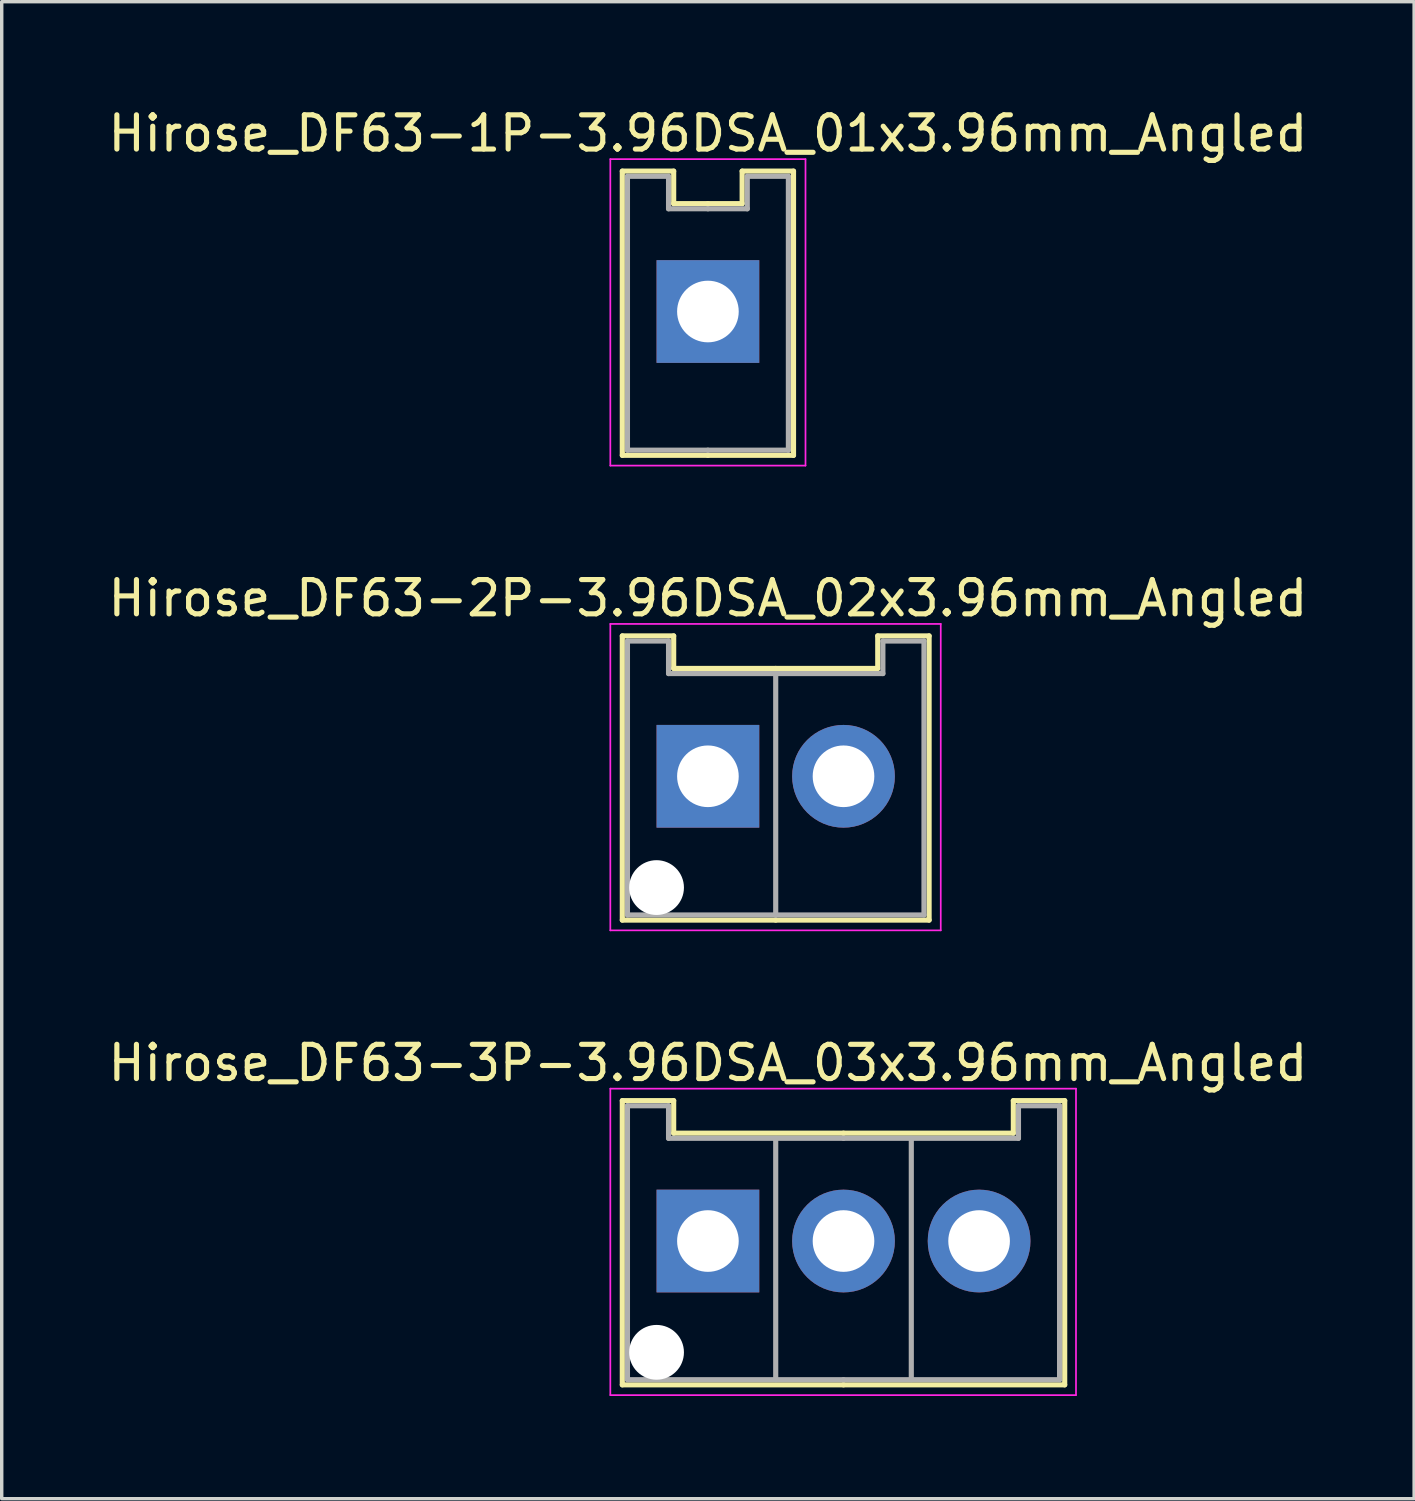
<source format=kicad_pcb>
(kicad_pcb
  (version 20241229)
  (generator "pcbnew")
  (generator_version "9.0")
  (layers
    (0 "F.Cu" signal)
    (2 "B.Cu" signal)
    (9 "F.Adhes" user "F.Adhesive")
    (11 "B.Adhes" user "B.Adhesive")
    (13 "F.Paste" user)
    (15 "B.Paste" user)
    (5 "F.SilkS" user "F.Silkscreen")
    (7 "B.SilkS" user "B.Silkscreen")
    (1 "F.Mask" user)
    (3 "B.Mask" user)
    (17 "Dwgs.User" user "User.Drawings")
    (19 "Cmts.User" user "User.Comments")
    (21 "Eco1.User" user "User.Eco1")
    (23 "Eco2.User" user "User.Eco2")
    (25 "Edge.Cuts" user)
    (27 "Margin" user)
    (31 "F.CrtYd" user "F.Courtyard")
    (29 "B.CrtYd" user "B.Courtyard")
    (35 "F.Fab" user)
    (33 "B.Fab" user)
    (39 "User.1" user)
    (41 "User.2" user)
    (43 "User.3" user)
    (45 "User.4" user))
  (footprint "Hirose_DF63-3P-3.96DSA_03x3.96mm_Angled"
    (layer "F.Cu")
    (at 17.625 33.195)
    (property "Reference" "Hirose_DF63-3P-3.96DSA_03x3.96mm_Angled" (at 0 -5.2 0) (layer "F.SilkS") (effects (font (size 1 1) (thickness 0.15))))
    (attr through_hole)
    (fp_line (start -2.5 -4.1) (end -1 -4.1) (stroke (width 0.15) (type solid)) (layer "F.SilkS"))
    (fp_line (start -2.5 4.2) (end -2.5 -4.1) (stroke (width 0.15) (type solid)) (layer "F.SilkS"))
    (fp_line (start -1 -4.1) (end -1 -3.15) (stroke (width 0.15) (type solid)) (layer "F.SilkS"))
    (fp_line (start -1 -3.15) (end 3.96 -3.15) (stroke (width 0.15) (type solid)) (layer "F.SilkS"))
    (fp_line (start 3.96 4.2) (end -2.5 4.2) (stroke (width 0.15) (type solid)) (layer "F.SilkS"))
    (fp_line (start 3.96 4.2) (end 10.42 4.2) (stroke (width 0.15) (type solid)) (layer "F.SilkS"))
    (fp_line (start 8.92 -4.1) (end 8.92 -3.15) (stroke (width 0.15) (type solid)) (layer "F.SilkS"))
    (fp_line (start 8.92 -3.15) (end 3.96 -3.15) (stroke (width 0.15) (type solid)) (layer "F.SilkS"))
    (fp_line (start 10.42 -4.1) (end 8.92 -4.1) (stroke (width 0.15) (type solid)) (layer "F.SilkS"))
    (fp_line (start 10.42 4.2) (end 10.42 -4.1) (stroke (width 0.15) (type solid)) (layer "F.SilkS"))
    (fp_line (start -2.85 -4.45) (end -2.85 4.5) (stroke (width 0.05) (type solid)) (layer "F.CrtYd"))
    (fp_line (start -2.85 4.5) (end 10.75 4.5) (stroke (width 0.05) (type solid)) (layer "F.CrtYd"))
    (fp_line (start 10.75 -4.45) (end -2.85 -4.45) (stroke (width 0.05) (type solid)) (layer "F.CrtYd"))
    (fp_line (start 10.75 4.5) (end 10.75 -4.45) (stroke (width 0.05) (type solid)) (layer "F.CrtYd"))
    (fp_line (start -2.35 -3.95) (end -1.15 -3.95) (stroke (width 0.15) (type solid)) (layer "F.Fab"))
    (fp_line (start -2.35 4.05) (end -2.35 -3.95) (stroke (width 0.15) (type solid)) (layer "F.Fab"))
    (fp_line (start -1.15 -3.95) (end -1.15 -3) (stroke (width 0.15) (type solid)) (layer "F.Fab"))
    (fp_line (start -1.15 -3) (end 3.96 -3) (stroke (width 0.15) (type solid)) (layer "F.Fab"))
    (fp_line (start 1.98 -3) (end 1.98 4.05) (stroke (width 0.15) (type solid)) (layer "F.Fab"))
    (fp_line (start 3.96 4.05) (end -2.35 4.05) (stroke (width 0.15) (type solid)) (layer "F.Fab"))
    (fp_line (start 3.96 4.05) (end 10.27 4.05) (stroke (width 0.15) (type solid)) (layer "F.Fab"))
    (fp_line (start 5.94 -3) (end 5.94 4.05) (stroke (width 0.15) (type solid)) (layer "F.Fab"))
    (fp_line (start 9.07 -3.95) (end 9.07 -3) (stroke (width 0.15) (type solid)) (layer "F.Fab"))
    (fp_line (start 9.07 -3) (end 3.96 -3) (stroke (width 0.15) (type solid)) (layer "F.Fab"))
    (fp_line (start 10.27 -3.95) (end 9.07 -3.95) (stroke (width 0.15) (type solid)) (layer "F.Fab"))
    (fp_line (start 10.27 4.05) (end 10.27 -3.95) (stroke (width 0.15) (type solid)) (layer "F.Fab"))
    (pad "" np_thru_hole circle (at -1.5 3.25) (size 1.6 1.6) (drill 1.6) (layers "*.Cu"))
    (pad "1" thru_hole rect (at 0 0) (size 3 3) (drill 1.8) (layers "*.Cu" "*.Mask"))
    (pad "2" thru_hole circle (at 3.96 0) (size 3 3) (drill 1.8) (layers "*.Cu" "*.Mask"))
    (pad "3" thru_hole circle (at 7.92 0) (size 3 3) (drill 1.8) (layers "*.Cu" "*.Mask")))
  (footprint "Hirose_DF63-1P-3.96DSA_01x3.96mm_Angled"
    (layer "F.Cu")
    (at 17.625 6.048)
    (property "Reference" "Hirose_DF63-1P-3.96DSA_01x3.96mm_Angled" (at 0 -5.2 0) (layer "F.SilkS") (effects (font (size 1 1) (thickness 0.15))))
    (attr through_hole)
    (fp_line (start -2.5 -4.1) (end -1 -4.1) (stroke (width 0.15) (type solid)) (layer "F.SilkS"))
    (fp_line (start -2.5 4.2) (end -2.5 -4.1) (stroke (width 0.15) (type solid)) (layer "F.SilkS"))
    (fp_line (start -1 -4.1) (end -1 -3.15) (stroke (width 0.15) (type solid)) (layer "F.SilkS"))
    (fp_line (start -1 -3.15) (end 0 -3.15) (stroke (width 0.15) (type solid)) (layer "F.SilkS"))
    (fp_line (start 0 4.2) (end -2.5 4.2) (stroke (width 0.15) (type solid)) (layer "F.SilkS"))
    (fp_line (start 0 4.2) (end 2.5 4.2) (stroke (width 0.15) (type solid)) (layer "F.SilkS"))
    (fp_line (start 1 -4.1) (end 1 -3.15) (stroke (width 0.15) (type solid)) (layer "F.SilkS"))
    (fp_line (start 1 -3.15) (end 0 -3.15) (stroke (width 0.15) (type solid)) (layer "F.SilkS"))
    (fp_line (start 2.5 -4.1) (end 1 -4.1) (stroke (width 0.15) (type solid)) (layer "F.SilkS"))
    (fp_line (start 2.5 4.2) (end 2.5 -4.1) (stroke (width 0.15) (type solid)) (layer "F.SilkS"))
    (fp_line (start -2.85 -4.45) (end -2.85 4.5) (stroke (width 0.05) (type solid)) (layer "F.CrtYd"))
    (fp_line (start -2.85 4.5) (end 2.85 4.5) (stroke (width 0.05) (type solid)) (layer "F.CrtYd"))
    (fp_line (start 2.85 -4.45) (end -2.85 -4.45) (stroke (width 0.05) (type solid)) (layer "F.CrtYd"))
    (fp_line (start 2.85 4.5) (end 2.85 -4.45) (stroke (width 0.05) (type solid)) (layer "F.CrtYd"))
    (fp_line (start -2.35 -3.95) (end -1.15 -3.95) (stroke (width 0.15) (type solid)) (layer "F.Fab"))
    (fp_line (start -2.35 4.05) (end -2.35 -3.95) (stroke (width 0.15) (type solid)) (layer "F.Fab"))
    (fp_line (start -1.15 -3.95) (end -1.15 -3) (stroke (width 0.15) (type solid)) (layer "F.Fab"))
    (fp_line (start -1.15 -3) (end 0 -3) (stroke (width 0.15) (type solid)) (layer "F.Fab"))
    (fp_line (start 0 4.05) (end -2.35 4.05) (stroke (width 0.15) (type solid)) (layer "F.Fab"))
    (fp_line (start 0 4.05) (end 2.35 4.05) (stroke (width 0.15) (type solid)) (layer "F.Fab"))
    (fp_line (start 1.15 -3.95) (end 1.15 -3) (stroke (width 0.15) (type solid)) (layer "F.Fab"))
    (fp_line (start 1.15 -3) (end 0 -3) (stroke (width 0.15) (type solid)) (layer "F.Fab"))
    (fp_line (start 2.35 -3.95) (end 1.15 -3.95) (stroke (width 0.15) (type solid)) (layer "F.Fab"))
    (fp_line (start 2.35 4.05) (end 2.35 -3.95) (stroke (width 0.15) (type solid)) (layer "F.Fab"))
    (pad "1" thru_hole rect (at 0 0) (size 3 3) (drill 1.8) (layers "*.Cu" "*.Mask")))
  (footprint "Hirose_DF63-2P-3.96DSA_02x3.96mm_Angled"
    (layer "F.Cu")
    (at 17.625 19.622)
    (property "Reference" "Hirose_DF63-2P-3.96DSA_02x3.96mm_Angled" (at 0 -5.2 0) (layer "F.SilkS") (effects (font (size 1 1) (thickness 0.15))))
    (attr through_hole)
    (fp_line (start -2.5 -4.1) (end -1 -4.1) (stroke (width 0.15) (type solid)) (layer "F.SilkS"))
    (fp_line (start -2.5 4.2) (end -2.5 -4.1) (stroke (width 0.15) (type solid)) (layer "F.SilkS"))
    (fp_line (start -1 -4.1) (end -1 -3.15) (stroke (width 0.15) (type solid)) (layer "F.SilkS"))
    (fp_line (start -1 -3.15) (end 1.98 -3.15) (stroke (width 0.15) (type solid)) (layer "F.SilkS"))
    (fp_line (start 1.98 4.2) (end -2.5 4.2) (stroke (width 0.15) (type solid)) (layer "F.SilkS"))
    (fp_line (start 1.98 4.2) (end 6.46 4.2) (stroke (width 0.15) (type solid)) (layer "F.SilkS"))
    (fp_line (start 4.96 -4.1) (end 4.96 -3.15) (stroke (width 0.15) (type solid)) (layer "F.SilkS"))
    (fp_line (start 4.96 -3.15) (end 1.98 -3.15) (stroke (width 0.15) (type solid)) (layer "F.SilkS"))
    (fp_line (start 6.46 -4.1) (end 4.96 -4.1) (stroke (width 0.15) (type solid)) (layer "F.SilkS"))
    (fp_line (start 6.46 4.2) (end 6.46 -4.1) (stroke (width 0.15) (type solid)) (layer "F.SilkS"))
    (fp_line (start -2.85 -4.45) (end -2.85 4.5) (stroke (width 0.05) (type solid)) (layer "F.CrtYd"))
    (fp_line (start -2.85 4.5) (end 6.8 4.5) (stroke (width 0.05) (type solid)) (layer "F.CrtYd"))
    (fp_line (start 6.8 -4.45) (end -2.85 -4.45) (stroke (width 0.05) (type solid)) (layer "F.CrtYd"))
    (fp_line (start 6.8 4.5) (end 6.8 -4.45) (stroke (width 0.05) (type solid)) (layer "F.CrtYd"))
    (fp_line (start -2.35 -3.95) (end -1.15 -3.95) (stroke (width 0.15) (type solid)) (layer "F.Fab"))
    (fp_line (start -2.35 4.05) (end -2.35 -3.95) (stroke (width 0.15) (type solid)) (layer "F.Fab"))
    (fp_line (start -1.15 -3.95) (end -1.15 -3) (stroke (width 0.15) (type solid)) (layer "F.Fab"))
    (fp_line (start -1.15 -3) (end 1.98 -3) (stroke (width 0.15) (type solid)) (layer "F.Fab"))
    (fp_line (start 1.98 -3) (end 1.98 4.05) (stroke (width 0.15) (type solid)) (layer "F.Fab"))
    (fp_line (start 1.98 4.05) (end -2.35 4.05) (stroke (width 0.15) (type solid)) (layer "F.Fab"))
    (fp_line (start 1.98 4.05) (end 6.31 4.05) (stroke (width 0.15) (type solid)) (layer "F.Fab"))
    (fp_line (start 5.11 -3.95) (end 5.11 -3) (stroke (width 0.15) (type solid)) (layer "F.Fab"))
    (fp_line (start 5.11 -3) (end 1.98 -3) (stroke (width 0.15) (type solid)) (layer "F.Fab"))
    (fp_line (start 6.31 -3.95) (end 5.11 -3.95) (stroke (width 0.15) (type solid)) (layer "F.Fab"))
    (fp_line (start 6.31 4.05) (end 6.31 -3.95) (stroke (width 0.15) (type solid)) (layer "F.Fab"))
    (pad "" np_thru_hole circle (at -1.5 3.25) (size 1.6 1.6) (drill 1.6) (layers "*.Cu"))
    (pad "1" thru_hole rect (at 0 0) (size 3 3) (drill 1.8) (layers "*.Cu" "*.Mask"))
    (pad "2" thru_hole circle (at 3.96 0) (size 3 3) (drill 1.8) (layers "*.Cu" "*.Mask")))
  (gr_rect
    (start -3 -3)
    (end 38.25 40.72)
    (stroke (width 0.1) (type default))
    (fill no)
    (layer "Edge.Cuts")))
</source>
